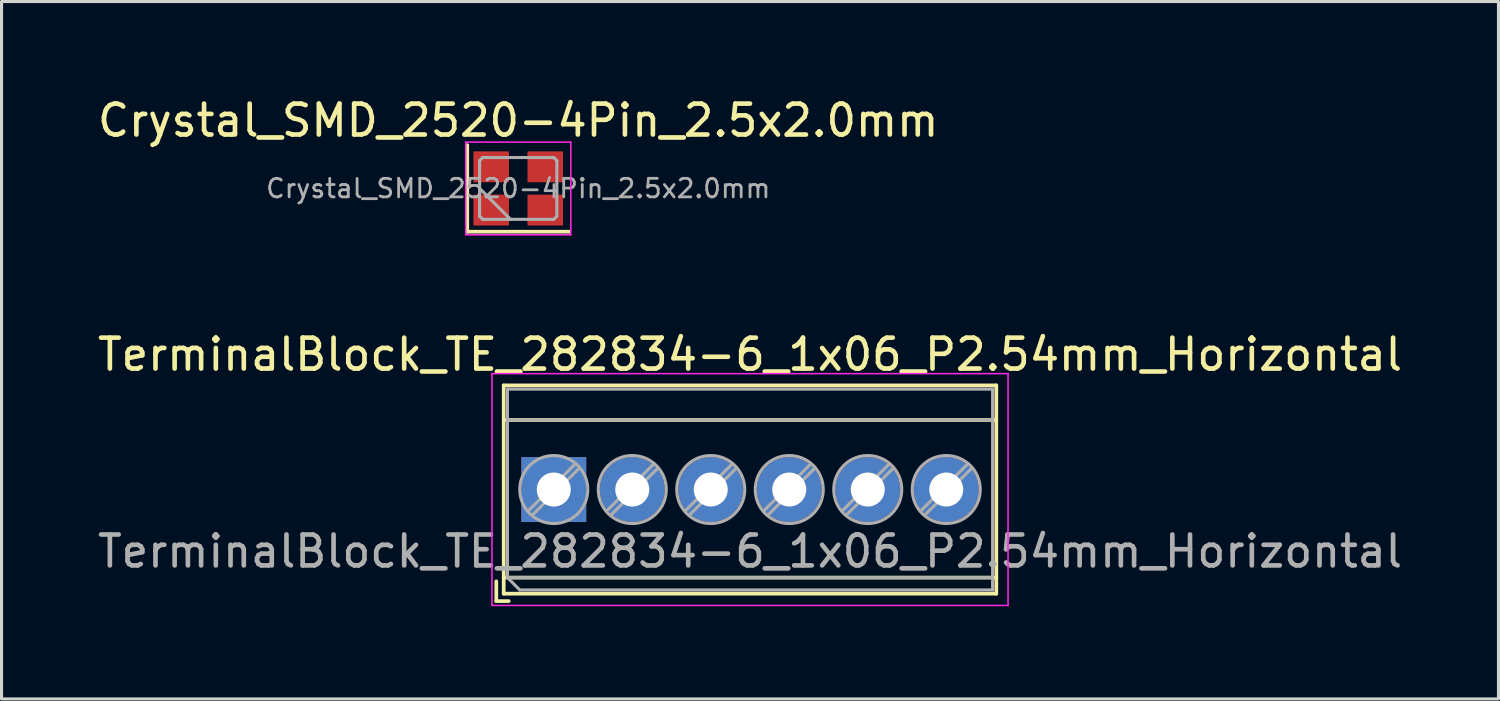
<source format=kicad_pcb>
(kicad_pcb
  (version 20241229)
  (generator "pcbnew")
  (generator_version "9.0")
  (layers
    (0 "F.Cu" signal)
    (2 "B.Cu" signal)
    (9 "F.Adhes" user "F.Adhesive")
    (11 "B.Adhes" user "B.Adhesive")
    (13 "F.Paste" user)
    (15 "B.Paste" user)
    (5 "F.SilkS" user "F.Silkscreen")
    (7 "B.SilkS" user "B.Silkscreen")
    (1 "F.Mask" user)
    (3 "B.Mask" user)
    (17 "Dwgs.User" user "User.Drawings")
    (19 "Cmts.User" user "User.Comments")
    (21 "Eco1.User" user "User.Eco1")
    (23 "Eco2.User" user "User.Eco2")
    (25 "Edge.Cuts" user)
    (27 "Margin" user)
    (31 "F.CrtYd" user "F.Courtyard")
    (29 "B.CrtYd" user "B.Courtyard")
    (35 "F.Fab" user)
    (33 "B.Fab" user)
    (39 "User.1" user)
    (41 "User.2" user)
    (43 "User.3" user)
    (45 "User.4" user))
  (footprint "TerminalBlock_TE_282834-6_1x06_P2.54mm_Horizontal"
    (layer "F.Cu")
    (at 14.87 12.791)
    (property "Reference" "TerminalBlock_TE_282834-6_1x06_P2.54mm_Horizontal" (at 6.35 -4.37 0) (layer "F.SilkS") (effects (font (size 1 1) (thickness 0.15))))
    (attr through_hole)
    (fp_line (start -1.86 2.97) (end -1.86 3.61) (stroke (width 0.12) (type solid)) (layer "F.SilkS"))
    (fp_line (start -1.86 3.61) (end -1.46 3.61) (stroke (width 0.12) (type solid)) (layer "F.SilkS"))
    (fp_line (start -1.62 -3.37) (end -1.62 3.37) (stroke (width 0.12) (type solid)) (layer "F.SilkS"))
    (fp_line (start -1.62 -3.37) (end 14.32 -3.37) (stroke (width 0.12) (type solid)) (layer "F.SilkS"))
    (fp_line (start -1.62 -2.25) (end 14.32 -2.25) (stroke (width 0.12) (type solid)) (layer "F.SilkS"))
    (fp_line (start -1.62 2.85) (end 14.32 2.85) (stroke (width 0.12) (type solid)) (layer "F.SilkS"))
    (fp_line (start -1.62 3.37) (end 14.32 3.37) (stroke (width 0.12) (type solid)) (layer "F.SilkS"))
    (fp_line (start 14.32 -3.37) (end 14.32 3.37) (stroke (width 0.12) (type solid)) (layer "F.SilkS"))
    (fp_line (start -2 -3.75) (end -2 3.75) (stroke (width 0.05) (type solid)) (layer "F.CrtYd"))
    (fp_line (start -2 3.75) (end 14.7 3.75) (stroke (width 0.05) (type solid)) (layer "F.CrtYd"))
    (fp_line (start 14.7 -3.75) (end -2 -3.75) (stroke (width 0.05) (type solid)) (layer "F.CrtYd"))
    (fp_line (start 14.7 3.75) (end 14.7 -3.75) (stroke (width 0.05) (type solid)) (layer "F.CrtYd"))
    (fp_line (start -1.5 -3.25) (end 14.2 -3.25) (stroke (width 0.1) (type solid)) (layer "F.Fab"))
    (fp_line (start -1.5 -2.25) (end 14.2 -2.25) (stroke (width 0.1) (type solid)) (layer "F.Fab"))
    (fp_line (start -1.5 2.85) (end -1.5 -3.25) (stroke (width 0.1) (type solid)) (layer "F.Fab"))
    (fp_line (start -1.5 2.85) (end 14.2 2.85) (stroke (width 0.1) (type solid)) (layer "F.Fab"))
    (fp_line (start -1.1 3.25) (end -1.5 2.85) (stroke (width 0.1) (type solid)) (layer "F.Fab"))
    (fp_line (start 0.701 -0.835) (end -0.835 0.7) (stroke (width 0.1) (type solid)) (layer "F.Fab"))
    (fp_line (start 0.835 -0.7) (end -0.701 0.835) (stroke (width 0.1) (type solid)) (layer "F.Fab"))
    (fp_line (start 3.241 -0.835) (end 1.706 0.7) (stroke (width 0.1) (type solid)) (layer "F.Fab"))
    (fp_line (start 3.375 -0.7) (end 1.84 0.835) (stroke (width 0.1) (type solid)) (layer "F.Fab"))
    (fp_line (start 5.781 -0.835) (end 4.246 0.7) (stroke (width 0.1) (type solid)) (layer "F.Fab"))
    (fp_line (start 5.915 -0.7) (end 4.38 0.835) (stroke (width 0.1) (type solid)) (layer "F.Fab"))
    (fp_line (start 8.321 -0.835) (end 6.786 0.7) (stroke (width 0.1) (type solid)) (layer "F.Fab"))
    (fp_line (start 8.455 -0.7) (end 6.92 0.835) (stroke (width 0.1) (type solid)) (layer "F.Fab"))
    (fp_line (start 10.861 -0.835) (end 9.326 0.7) (stroke (width 0.1) (type solid)) (layer "F.Fab"))
    (fp_line (start 10.995 -0.7) (end 9.46 0.835) (stroke (width 0.1) (type solid)) (layer "F.Fab"))
    (fp_line (start 13.401 -0.835) (end 11.866 0.7) (stroke (width 0.1) (type solid)) (layer "F.Fab"))
    (fp_line (start 13.535 -0.7) (end 12 0.835) (stroke (width 0.1) (type solid)) (layer "F.Fab"))
    (fp_line (start 14.2 -3.25) (end 14.2 3.25) (stroke (width 0.1) (type solid)) (layer "F.Fab"))
    (fp_line (start 14.2 3.25) (end -1.1 3.25) (stroke (width 0.1) (type solid)) (layer "F.Fab"))
    (fp_circle (center 0 0) (end 1.1 0) (stroke (width 0.1) (type solid)) (fill no) (layer "F.Fab"))
    (fp_circle (center 2.54 0) (end 3.64 0) (stroke (width 0.1) (type solid)) (fill no) (layer "F.Fab"))
    (fp_circle (center 5.08 0) (end 6.18 0) (stroke (width 0.1) (type solid)) (fill no) (layer "F.Fab"))
    (fp_circle (center 7.62 0) (end 8.72 0) (stroke (width 0.1) (type solid)) (fill no) (layer "F.Fab"))
    (fp_circle (center 10.16 0) (end 11.26 0) (stroke (width 0.1) (type solid)) (fill no) (layer "F.Fab"))
    (fp_circle (center 12.7 0) (end 13.8 0) (stroke (width 0.1) (type solid)) (fill no) (layer "F.Fab"))
    (fp_text user "${REFERENCE}" (at 6.35 2 0) (layer "F.Fab") (effects (font (size 1 1) (thickness 0.15))))
    (pad "1" thru_hole rect (at 0 0) (size 2.1 2.1) (drill 1.1) (layers "*.Cu" "*.Mask"))
    (pad "2" thru_hole circle (at 2.54 0) (size 2.1 2.1) (drill 1.1) (layers "*.Cu" "*.Mask"))
    (pad "3" thru_hole circle (at 5.08 0) (size 2.1 2.1) (drill 1.1) (layers "*.Cu" "*.Mask"))
    (pad "4" thru_hole circle (at 7.62 0) (size 2.1 2.1) (drill 1.1) (layers "*.Cu" "*.Mask"))
    (pad "5" thru_hole circle (at 10.16 0) (size 2.1 2.1) (drill 1.1) (layers "*.Cu" "*.Mask"))
    (pad "6" thru_hole circle (at 12.7 0) (size 2.1 2.1) (drill 1.1) (layers "*.Cu" "*.Mask")))
  (footprint "Crystal_SMD_2520-4Pin_2.5x2.0mm"
    (layer "F.Cu")
    (at 13.72 3.048)
    (property "Reference" "Crystal_SMD_2520-4Pin_2.5x2.0mm" (at 0 -2.2 180) (layer "F.SilkS") (effects (font (size 1 1) (thickness 0.15))))
    (attr smd)
    (fp_line (start -1.65 -1.4) (end -1.65 1.4) (stroke (width 0.12) (type solid)) (layer "F.SilkS"))
    (fp_line (start -1.65 1.4) (end 1.65 1.4) (stroke (width 0.12) (type solid)) (layer "F.SilkS"))
    (fp_line (start -1.7 -1.5) (end -1.7 1.5) (stroke (width 0.05) (type solid)) (layer "F.CrtYd"))
    (fp_line (start -1.7 1.5) (end 1.7 1.5) (stroke (width 0.05) (type solid)) (layer "F.CrtYd"))
    (fp_line (start 1.7 -1.5) (end -1.7 -1.5) (stroke (width 0.05) (type solid)) (layer "F.CrtYd"))
    (fp_line (start 1.7 1.5) (end 1.7 -1.5) (stroke (width 0.05) (type solid)) (layer "F.CrtYd"))
    (fp_line (start -1.25 -0.9) (end -1.15 -1) (stroke (width 0.1) (type solid)) (layer "F.Fab"))
    (fp_line (start -1.25 0) (end -0.25 1) (stroke (width 0.1) (type solid)) (layer "F.Fab"))
    (fp_line (start -1.25 0.9) (end -1.25 -0.9) (stroke (width 0.1) (type solid)) (layer "F.Fab"))
    (fp_line (start -1.15 -1) (end 1.15 -1) (stroke (width 0.1) (type solid)) (layer "F.Fab"))
    (fp_line (start -1.15 1) (end -1.25 0.9) (stroke (width 0.1) (type solid)) (layer "F.Fab"))
    (fp_line (start 1.15 -1) (end 1.25 -0.9) (stroke (width 0.1) (type solid)) (layer "F.Fab"))
    (fp_line (start 1.15 1) (end -1.15 1) (stroke (width 0.1) (type solid)) (layer "F.Fab"))
    (fp_line (start 1.25 -0.9) (end 1.25 0.9) (stroke (width 0.1) (type solid)) (layer "F.Fab"))
    (fp_line (start 1.25 0.9) (end 1.15 1) (stroke (width 0.1) (type solid)) (layer "F.Fab"))
    (fp_text user "${REFERENCE}" (at 0 0 180) (layer "F.Fab") (effects (font (size 0.6 0.6) (thickness 0.09))))
    (pad "1" smd rect (at -0.875 0.7) (size 1.15 1) (layers "F.Cu" "F.Mask" "F.Paste"))
    (pad "2" smd rect (at 0.875 0.7) (size 1.15 1) (layers "F.Cu" "F.Mask" "F.Paste"))
    (pad "3" smd rect (at 0.875 -0.7) (size 1.15 1) (layers "F.Cu" "F.Mask" "F.Paste"))
    (pad "4" smd rect (at -0.875 -0.7) (size 1.15 1) (layers "F.Cu" "F.Mask" "F.Paste")))
  (gr_rect
    (start -3 -3)
    (end 45.44 19.567)
    (stroke (width 0.1) (type default))
    (fill no)
    (layer "Edge.Cuts")))
</source>
